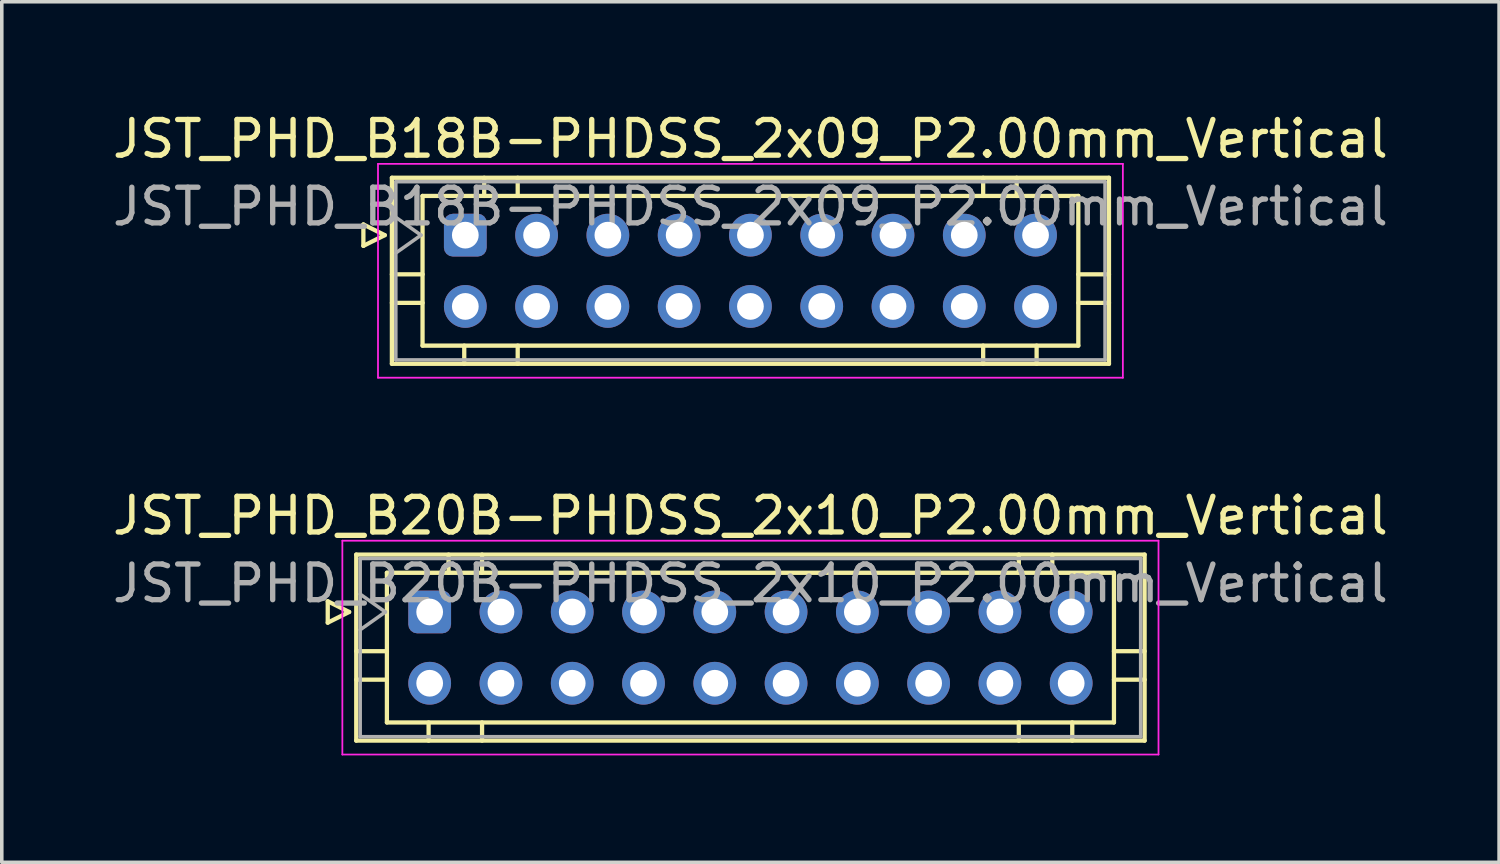
<source format=kicad_pcb>
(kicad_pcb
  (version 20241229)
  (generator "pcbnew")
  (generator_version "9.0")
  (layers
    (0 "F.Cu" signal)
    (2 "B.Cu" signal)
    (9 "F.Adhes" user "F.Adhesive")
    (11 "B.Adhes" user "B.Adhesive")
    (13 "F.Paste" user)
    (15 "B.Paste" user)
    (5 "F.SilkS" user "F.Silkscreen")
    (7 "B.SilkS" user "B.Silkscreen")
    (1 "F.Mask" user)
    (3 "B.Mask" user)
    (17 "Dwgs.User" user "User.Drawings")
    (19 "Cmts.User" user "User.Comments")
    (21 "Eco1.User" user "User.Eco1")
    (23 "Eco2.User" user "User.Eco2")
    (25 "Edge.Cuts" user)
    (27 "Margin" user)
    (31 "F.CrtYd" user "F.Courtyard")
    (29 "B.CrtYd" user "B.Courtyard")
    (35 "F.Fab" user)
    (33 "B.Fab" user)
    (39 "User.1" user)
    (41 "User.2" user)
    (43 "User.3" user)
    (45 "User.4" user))
  (footprint "JST_PHD_B20B-PHDSS_2x10_P2.00mm_Vertical"
    (layer "F.Cu")
    (at 9.006 14.121)
    (property "Reference" "JST_PHD_B20B-PHDSS_2x10_P2.00mm_Vertical" (at 9 -2.7 0) (layer "F.SilkS") (effects (font (size 1 1) (thickness 0.15))))
    (attr through_hole)
    (fp_line (start -2.86 -0.3) (end -2.26 0) (stroke (width 0.12) (type solid)) (layer "F.SilkS"))
    (fp_line (start -2.86 0.3) (end -2.86 -0.3) (stroke (width 0.12) (type solid)) (layer "F.SilkS"))
    (fp_line (start -2.26 0) (end -2.86 0.3) (stroke (width 0.12) (type solid)) (layer "F.SilkS"))
    (fp_line (start -2.06 -1.61) (end -2.06 3.61) (stroke (width 0.12) (type solid)) (layer "F.SilkS"))
    (fp_line (start -2.06 1.1) (end -1.2 1.1) (stroke (width 0.12) (type solid)) (layer "F.SilkS"))
    (fp_line (start -2.06 1.9) (end -1.2 1.9) (stroke (width 0.12) (type solid)) (layer "F.SilkS"))
    (fp_line (start -2.06 3.61) (end 20.06 3.61) (stroke (width 0.12) (type solid)) (layer "F.SilkS"))
    (fp_line (start -1.2 -1.1) (end -1.2 3.1) (stroke (width 0.12) (type solid)) (layer "F.SilkS"))
    (fp_line (start -1.2 3.1) (end 19.2 3.1) (stroke (width 0.12) (type solid)) (layer "F.SilkS"))
    (fp_line (start -0.03 3.61) (end -0.03 3.1) (stroke (width 0.12) (type solid)) (layer "F.SilkS"))
    (fp_line (start 0.53 -1.61) (end 0.53 -1.1) (stroke (width 0.12) (type solid)) (layer "F.SilkS"))
    (fp_line (start 1.47 -1.61) (end 1.47 -1.1) (stroke (width 0.12) (type solid)) (layer "F.SilkS"))
    (fp_line (start 1.47 3.61) (end 1.47 3.1) (stroke (width 0.12) (type solid)) (layer "F.SilkS"))
    (fp_line (start 16.53 -1.61) (end 16.53 -1.1) (stroke (width 0.12) (type solid)) (layer "F.SilkS"))
    (fp_line (start 16.53 3.61) (end 16.53 3.1) (stroke (width 0.12) (type solid)) (layer "F.SilkS"))
    (fp_line (start 17.47 -1.61) (end 17.47 -1.1) (stroke (width 0.12) (type solid)) (layer "F.SilkS"))
    (fp_line (start 18.03 3.61) (end 18.03 3.1) (stroke (width 0.12) (type solid)) (layer "F.SilkS"))
    (fp_line (start 19.2 -1.1) (end -1.2 -1.1) (stroke (width 0.12) (type solid)) (layer "F.SilkS"))
    (fp_line (start 19.2 3.1) (end 19.2 -1.1) (stroke (width 0.12) (type solid)) (layer "F.SilkS"))
    (fp_line (start 20.06 -1.61) (end -2.06 -1.61) (stroke (width 0.12) (type solid)) (layer "F.SilkS"))
    (fp_line (start 20.06 1.1) (end 19.2 1.1) (stroke (width 0.12) (type solid)) (layer "F.SilkS"))
    (fp_line (start 20.06 1.9) (end 19.2 1.9) (stroke (width 0.12) (type solid)) (layer "F.SilkS"))
    (fp_line (start 20.06 3.61) (end 20.06 -1.61) (stroke (width 0.12) (type solid)) (layer "F.SilkS"))
    (fp_line (start -2.45 -2) (end -2.45 4) (stroke (width 0.05) (type solid)) (layer "F.CrtYd"))
    (fp_line (start -2.45 4) (end 20.45 4) (stroke (width 0.05) (type solid)) (layer "F.CrtYd"))
    (fp_line (start 20.45 -2) (end -2.45 -2) (stroke (width 0.05) (type solid)) (layer "F.CrtYd"))
    (fp_line (start 20.45 4) (end 20.45 -2) (stroke (width 0.05) (type solid)) (layer "F.CrtYd"))
    (fp_line (start -1.95 -1.5) (end -1.95 3.5) (stroke (width 0.1) (type solid)) (layer "F.Fab"))
    (fp_line (start -1.95 0.5) (end -1.243 0) (stroke (width 0.1) (type solid)) (layer "F.Fab"))
    (fp_line (start -1.95 3.5) (end 19.95 3.5) (stroke (width 0.1) (type solid)) (layer "F.Fab"))
    (fp_line (start -1.243 0) (end -1.95 -0.5) (stroke (width 0.1) (type solid)) (layer "F.Fab"))
    (fp_line (start 19.95 -1.5) (end -1.95 -1.5) (stroke (width 0.1) (type solid)) (layer "F.Fab"))
    (fp_line (start 19.95 3.5) (end 19.95 -1.5) (stroke (width 0.1) (type solid)) (layer "F.Fab"))
    (fp_text user "${REFERENCE}" (at 9 -0.8 0) (layer "F.Fab") (effects (font (size 1 1) (thickness 0.15))))
    (pad "1" thru_hole roundrect (at 0 0) (size 1.2 1.2) (drill 0.75) (layers "*.Cu" "*.Mask") (roundrect_rratio 0.208))
    (pad "2" thru_hole circle (at 0 2) (size 1.2 1.2) (drill 0.75) (layers "*.Cu" "*.Mask"))
    (pad "3" thru_hole circle (at 2 0) (size 1.2 1.2) (drill 0.75) (layers "*.Cu" "*.Mask"))
    (pad "4" thru_hole circle (at 2 2) (size 1.2 1.2) (drill 0.75) (layers "*.Cu" "*.Mask"))
    (pad "5" thru_hole circle (at 4 0) (size 1.2 1.2) (drill 0.75) (layers "*.Cu" "*.Mask"))
    (pad "6" thru_hole circle (at 4 2) (size 1.2 1.2) (drill 0.75) (layers "*.Cu" "*.Mask"))
    (pad "7" thru_hole circle (at 6 0) (size 1.2 1.2) (drill 0.75) (layers "*.Cu" "*.Mask"))
    (pad "8" thru_hole circle (at 6 2) (size 1.2 1.2) (drill 0.75) (layers "*.Cu" "*.Mask"))
    (pad "9" thru_hole circle (at 8 0) (size 1.2 1.2) (drill 0.75) (layers "*.Cu" "*.Mask"))
    (pad "10" thru_hole circle (at 8 2) (size 1.2 1.2) (drill 0.75) (layers "*.Cu" "*.Mask"))
    (pad "11" thru_hole circle (at 10 0) (size 1.2 1.2) (drill 0.75) (layers "*.Cu" "*.Mask"))
    (pad "12" thru_hole circle (at 10 2) (size 1.2 1.2) (drill 0.75) (layers "*.Cu" "*.Mask"))
    (pad "13" thru_hole circle (at 12 0) (size 1.2 1.2) (drill 0.75) (layers "*.Cu" "*.Mask"))
    (pad "14" thru_hole circle (at 12 2) (size 1.2 1.2) (drill 0.75) (layers "*.Cu" "*.Mask"))
    (pad "15" thru_hole circle (at 14 0) (size 1.2 1.2) (drill 0.75) (layers "*.Cu" "*.Mask"))
    (pad "16" thru_hole circle (at 14 2) (size 1.2 1.2) (drill 0.75) (layers "*.Cu" "*.Mask"))
    (pad "17" thru_hole circle (at 16 0) (size 1.2 1.2) (drill 0.75) (layers "*.Cu" "*.Mask"))
    (pad "18" thru_hole circle (at 16 2) (size 1.2 1.2) (drill 0.75) (layers "*.Cu" "*.Mask"))
    (pad "19" thru_hole circle (at 18 0) (size 1.2 1.2) (drill 0.75) (layers "*.Cu" "*.Mask"))
    (pad "20" thru_hole circle (at 18 2) (size 1.2 1.2) (drill 0.75) (layers "*.Cu" "*.Mask")))
  (footprint "JST_PHD_B18B-PHDSS_2x09_P2.00mm_Vertical"
    (layer "F.Cu")
    (at 10.006 3.548)
    (property "Reference" "JST_PHD_B18B-PHDSS_2x09_P2.00mm_Vertical" (at 8 -2.7 0) (layer "F.SilkS") (effects (font (size 1 1) (thickness 0.15))))
    (attr through_hole)
    (fp_line (start -2.86 -0.3) (end -2.26 0) (stroke (width 0.12) (type solid)) (layer "F.SilkS"))
    (fp_line (start -2.86 0.3) (end -2.86 -0.3) (stroke (width 0.12) (type solid)) (layer "F.SilkS"))
    (fp_line (start -2.26 0) (end -2.86 0.3) (stroke (width 0.12) (type solid)) (layer "F.SilkS"))
    (fp_line (start -2.06 -1.61) (end -2.06 3.61) (stroke (width 0.12) (type solid)) (layer "F.SilkS"))
    (fp_line (start -2.06 1.1) (end -1.2 1.1) (stroke (width 0.12) (type solid)) (layer "F.SilkS"))
    (fp_line (start -2.06 1.9) (end -1.2 1.9) (stroke (width 0.12) (type solid)) (layer "F.SilkS"))
    (fp_line (start -2.06 3.61) (end 18.06 3.61) (stroke (width 0.12) (type solid)) (layer "F.SilkS"))
    (fp_line (start -1.2 -1.1) (end -1.2 3.1) (stroke (width 0.12) (type solid)) (layer "F.SilkS"))
    (fp_line (start -1.2 3.1) (end 17.2 3.1) (stroke (width 0.12) (type solid)) (layer "F.SilkS"))
    (fp_line (start -0.03 3.61) (end -0.03 3.1) (stroke (width 0.12) (type solid)) (layer "F.SilkS"))
    (fp_line (start 0.53 -1.61) (end 0.53 -1.1) (stroke (width 0.12) (type solid)) (layer "F.SilkS"))
    (fp_line (start 1.47 -1.61) (end 1.47 -1.1) (stroke (width 0.12) (type solid)) (layer "F.SilkS"))
    (fp_line (start 1.47 3.61) (end 1.47 3.1) (stroke (width 0.12) (type solid)) (layer "F.SilkS"))
    (fp_line (start 14.53 -1.61) (end 14.53 -1.1) (stroke (width 0.12) (type solid)) (layer "F.SilkS"))
    (fp_line (start 14.53 3.61) (end 14.53 3.1) (stroke (width 0.12) (type solid)) (layer "F.SilkS"))
    (fp_line (start 15.47 -1.61) (end 15.47 -1.1) (stroke (width 0.12) (type solid)) (layer "F.SilkS"))
    (fp_line (start 16.03 3.61) (end 16.03 3.1) (stroke (width 0.12) (type solid)) (layer "F.SilkS"))
    (fp_line (start 17.2 -1.1) (end -1.2 -1.1) (stroke (width 0.12) (type solid)) (layer "F.SilkS"))
    (fp_line (start 17.2 3.1) (end 17.2 -1.1) (stroke (width 0.12) (type solid)) (layer "F.SilkS"))
    (fp_line (start 18.06 -1.61) (end -2.06 -1.61) (stroke (width 0.12) (type solid)) (layer "F.SilkS"))
    (fp_line (start 18.06 1.1) (end 17.2 1.1) (stroke (width 0.12) (type solid)) (layer "F.SilkS"))
    (fp_line (start 18.06 1.9) (end 17.2 1.9) (stroke (width 0.12) (type solid)) (layer "F.SilkS"))
    (fp_line (start 18.06 3.61) (end 18.06 -1.61) (stroke (width 0.12) (type solid)) (layer "F.SilkS"))
    (fp_line (start -2.45 -2) (end -2.45 4) (stroke (width 0.05) (type solid)) (layer "F.CrtYd"))
    (fp_line (start -2.45 4) (end 18.45 4) (stroke (width 0.05) (type solid)) (layer "F.CrtYd"))
    (fp_line (start 18.45 -2) (end -2.45 -2) (stroke (width 0.05) (type solid)) (layer "F.CrtYd"))
    (fp_line (start 18.45 4) (end 18.45 -2) (stroke (width 0.05) (type solid)) (layer "F.CrtYd"))
    (fp_line (start -1.95 -1.5) (end -1.95 3.5) (stroke (width 0.1) (type solid)) (layer "F.Fab"))
    (fp_line (start -1.95 0.5) (end -1.243 0) (stroke (width 0.1) (type solid)) (layer "F.Fab"))
    (fp_line (start -1.95 3.5) (end 17.95 3.5) (stroke (width 0.1) (type solid)) (layer "F.Fab"))
    (fp_line (start -1.243 0) (end -1.95 -0.5) (stroke (width 0.1) (type solid)) (layer "F.Fab"))
    (fp_line (start 17.95 -1.5) (end -1.95 -1.5) (stroke (width 0.1) (type solid)) (layer "F.Fab"))
    (fp_line (start 17.95 3.5) (end 17.95 -1.5) (stroke (width 0.1) (type solid)) (layer "F.Fab"))
    (fp_text user "${REFERENCE}" (at 8 -0.8 0) (layer "F.Fab") (effects (font (size 1 1) (thickness 0.15))))
    (pad "1" thru_hole roundrect (at 0 0) (size 1.2 1.2) (drill 0.75) (layers "*.Cu" "*.Mask") (roundrect_rratio 0.208))
    (pad "2" thru_hole circle (at 0 2) (size 1.2 1.2) (drill 0.75) (layers "*.Cu" "*.Mask"))
    (pad "3" thru_hole circle (at 2 0) (size 1.2 1.2) (drill 0.75) (layers "*.Cu" "*.Mask"))
    (pad "4" thru_hole circle (at 2 2) (size 1.2 1.2) (drill 0.75) (layers "*.Cu" "*.Mask"))
    (pad "5" thru_hole circle (at 4 0) (size 1.2 1.2) (drill 0.75) (layers "*.Cu" "*.Mask"))
    (pad "6" thru_hole circle (at 4 2) (size 1.2 1.2) (drill 0.75) (layers "*.Cu" "*.Mask"))
    (pad "7" thru_hole circle (at 6 0) (size 1.2 1.2) (drill 0.75) (layers "*.Cu" "*.Mask"))
    (pad "8" thru_hole circle (at 6 2) (size 1.2 1.2) (drill 0.75) (layers "*.Cu" "*.Mask"))
    (pad "9" thru_hole circle (at 8 0) (size 1.2 1.2) (drill 0.75) (layers "*.Cu" "*.Mask"))
    (pad "10" thru_hole circle (at 8 2) (size 1.2 1.2) (drill 0.75) (layers "*.Cu" "*.Mask"))
    (pad "11" thru_hole circle (at 10 0) (size 1.2 1.2) (drill 0.75) (layers "*.Cu" "*.Mask"))
    (pad "12" thru_hole circle (at 10 2) (size 1.2 1.2) (drill 0.75) (layers "*.Cu" "*.Mask"))
    (pad "13" thru_hole circle (at 12 0) (size 1.2 1.2) (drill 0.75) (layers "*.Cu" "*.Mask"))
    (pad "14" thru_hole circle (at 12 2) (size 1.2 1.2) (drill 0.75) (layers "*.Cu" "*.Mask"))
    (pad "15" thru_hole circle (at 14 0) (size 1.2 1.2) (drill 0.75) (layers "*.Cu" "*.Mask"))
    (pad "16" thru_hole circle (at 14 2) (size 1.2 1.2) (drill 0.75) (layers "*.Cu" "*.Mask"))
    (pad "17" thru_hole circle (at 16 0) (size 1.2 1.2) (drill 0.75) (layers "*.Cu" "*.Mask"))
    (pad "18" thru_hole circle (at 16 2) (size 1.2 1.2) (drill 0.75) (layers "*.Cu" "*.Mask")))
  (gr_rect
    (start -3 -3)
    (end 39.012 21.146)
    (stroke (width 0.1) (type default))
    (fill no)
    (layer "Edge.Cuts")))
</source>
